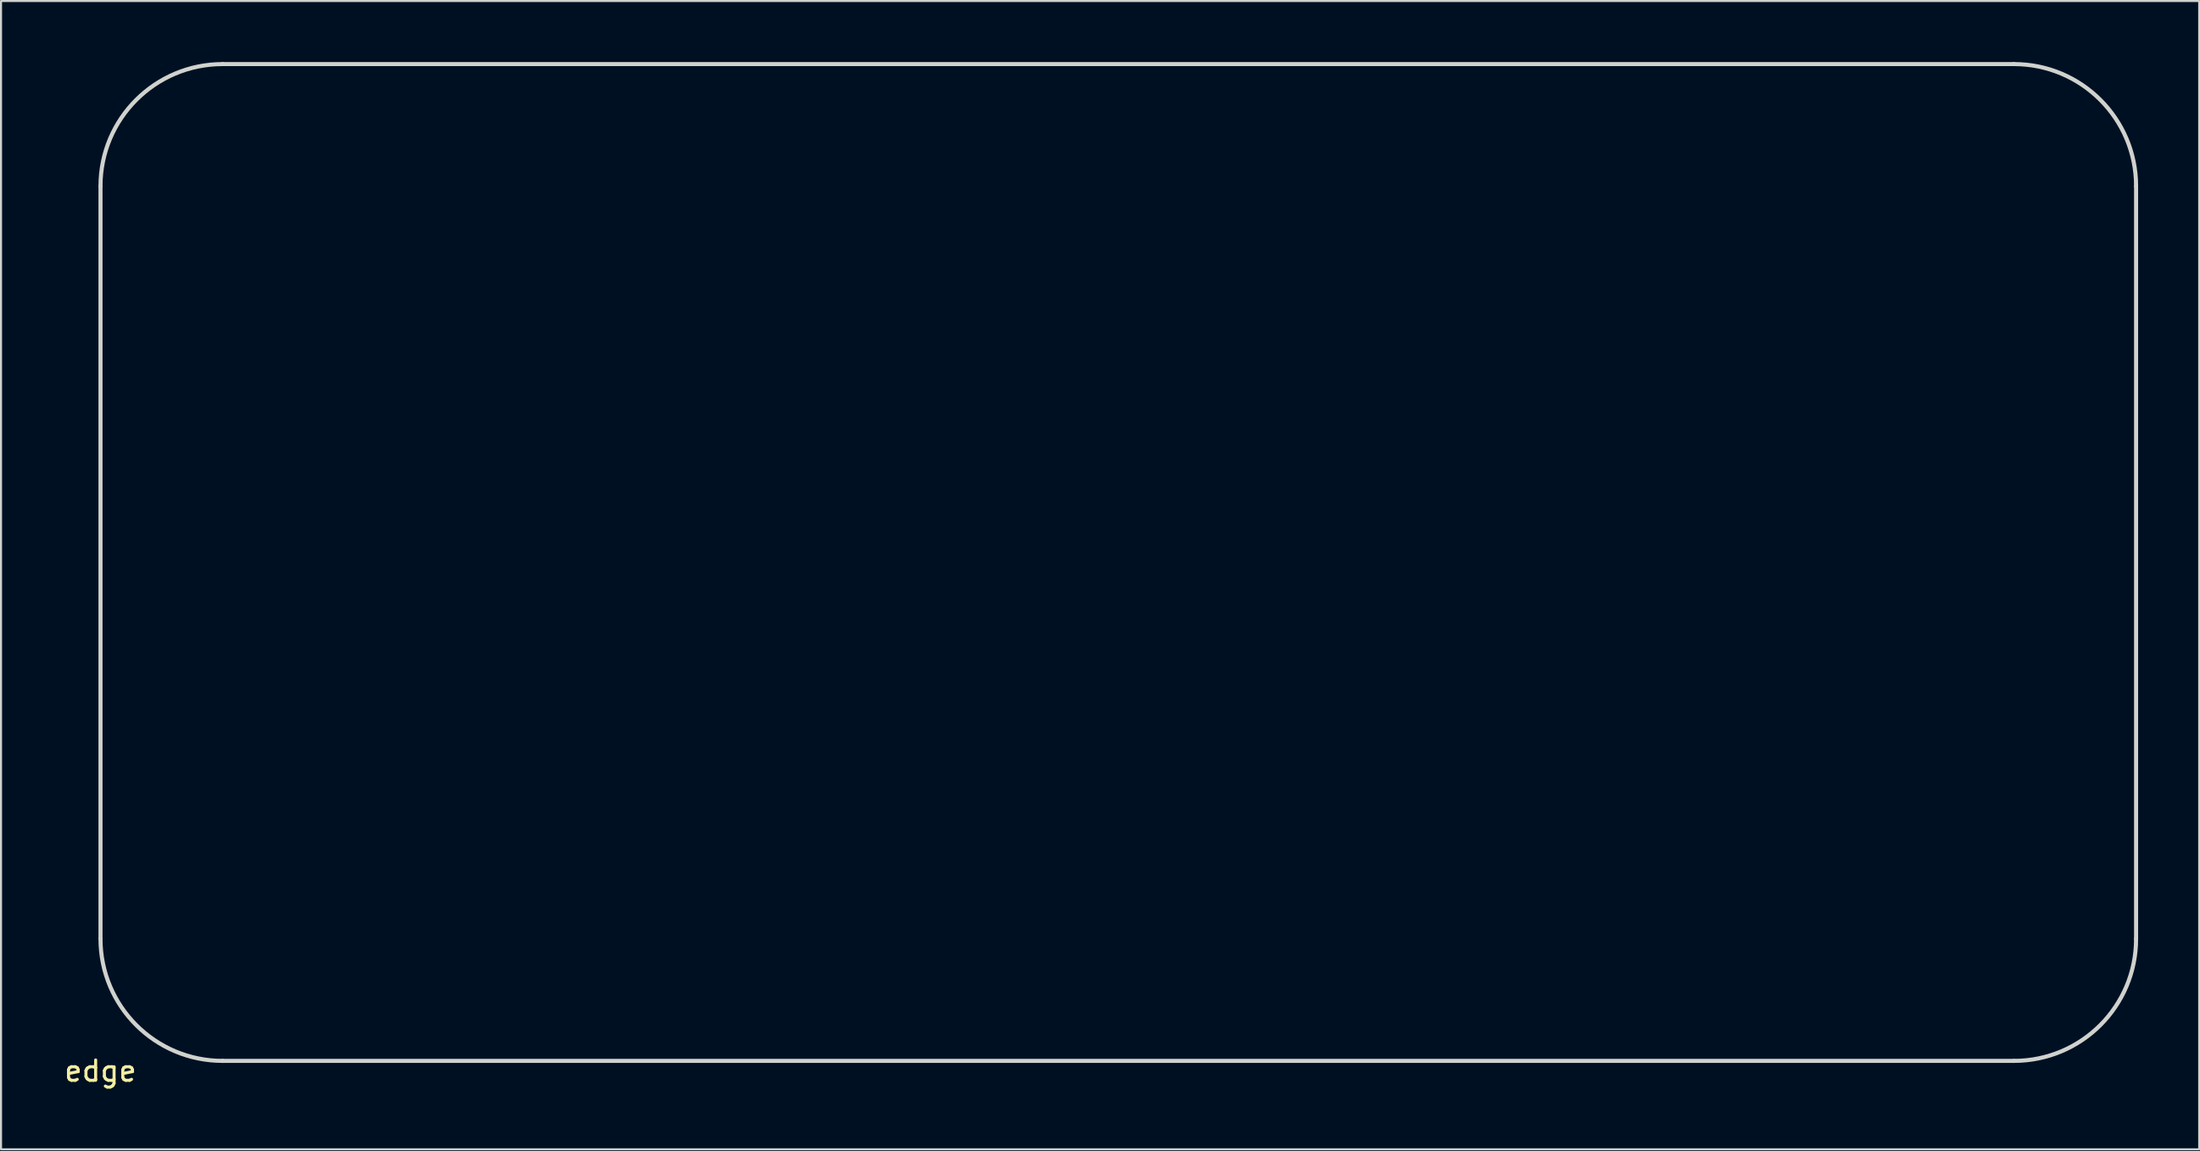
<source format=kicad_pcb>
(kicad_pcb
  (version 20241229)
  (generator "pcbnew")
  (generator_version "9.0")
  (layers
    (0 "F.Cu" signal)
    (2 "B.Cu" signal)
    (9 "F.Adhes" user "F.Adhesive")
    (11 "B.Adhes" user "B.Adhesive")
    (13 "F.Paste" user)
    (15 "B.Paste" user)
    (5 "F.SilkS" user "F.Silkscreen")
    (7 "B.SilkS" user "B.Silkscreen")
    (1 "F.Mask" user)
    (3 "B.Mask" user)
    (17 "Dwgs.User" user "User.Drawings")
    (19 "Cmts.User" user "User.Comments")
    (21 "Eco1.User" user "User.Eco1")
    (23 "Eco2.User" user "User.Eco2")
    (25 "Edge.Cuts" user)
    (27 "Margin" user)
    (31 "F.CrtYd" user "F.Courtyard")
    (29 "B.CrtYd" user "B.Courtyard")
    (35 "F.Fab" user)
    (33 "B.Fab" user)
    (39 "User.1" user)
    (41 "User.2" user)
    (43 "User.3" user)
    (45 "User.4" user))
  (footprint "edge"
    (layer "F.Cu")
    (at 1.887 49.1)
    (property "Reference" "edge" (at 0 0.5 0) (layer "F.SilkS") (effects (font (size 1 1) (thickness 0.15))))
    (attr through_hole)
    (fp_line (start 0 -43) (end 0 -6) (stroke (width 0.2) (type solid)) (layer "Edge.Cuts"))
    (fp_line (start 6 0) (end 94 0) (stroke (width 0.2) (type solid)) (layer "Edge.Cuts"))
    (fp_line (start 94 -49) (end 6 -49) (stroke (width 0.2) (type solid)) (layer "Edge.Cuts"))
    (fp_line (start 100 -6) (end 100 -43) (stroke (width 0.2) (type solid)) (layer "Edge.Cuts"))
    (fp_arc (start 0 -43) (mid 1.757359 -47.242641) (end 6 -49) (stroke (width 0.2) (type solid)) (layer "Edge.Cuts"))
    (fp_arc (start 6 0) (mid 1.757359 -1.757359) (end 0 -6) (stroke (width 0.2) (type solid)) (layer "Edge.Cuts"))
    (fp_arc (start 94 -49) (mid 98.242641 -47.242641) (end 100 -43) (stroke (width 0.2) (type solid)) (layer "Edge.Cuts"))
    (fp_arc (start 100 -6) (mid 98.242641 -1.757359) (end 94 0) (stroke (width 0.2) (type solid)) (layer "Edge.Cuts")))
  (gr_rect
    (start -3 -3)
    (end 104.987 53.448)
    (stroke (width 0.1) (type default))
    (fill no)
    (layer "Edge.Cuts")))
</source>
